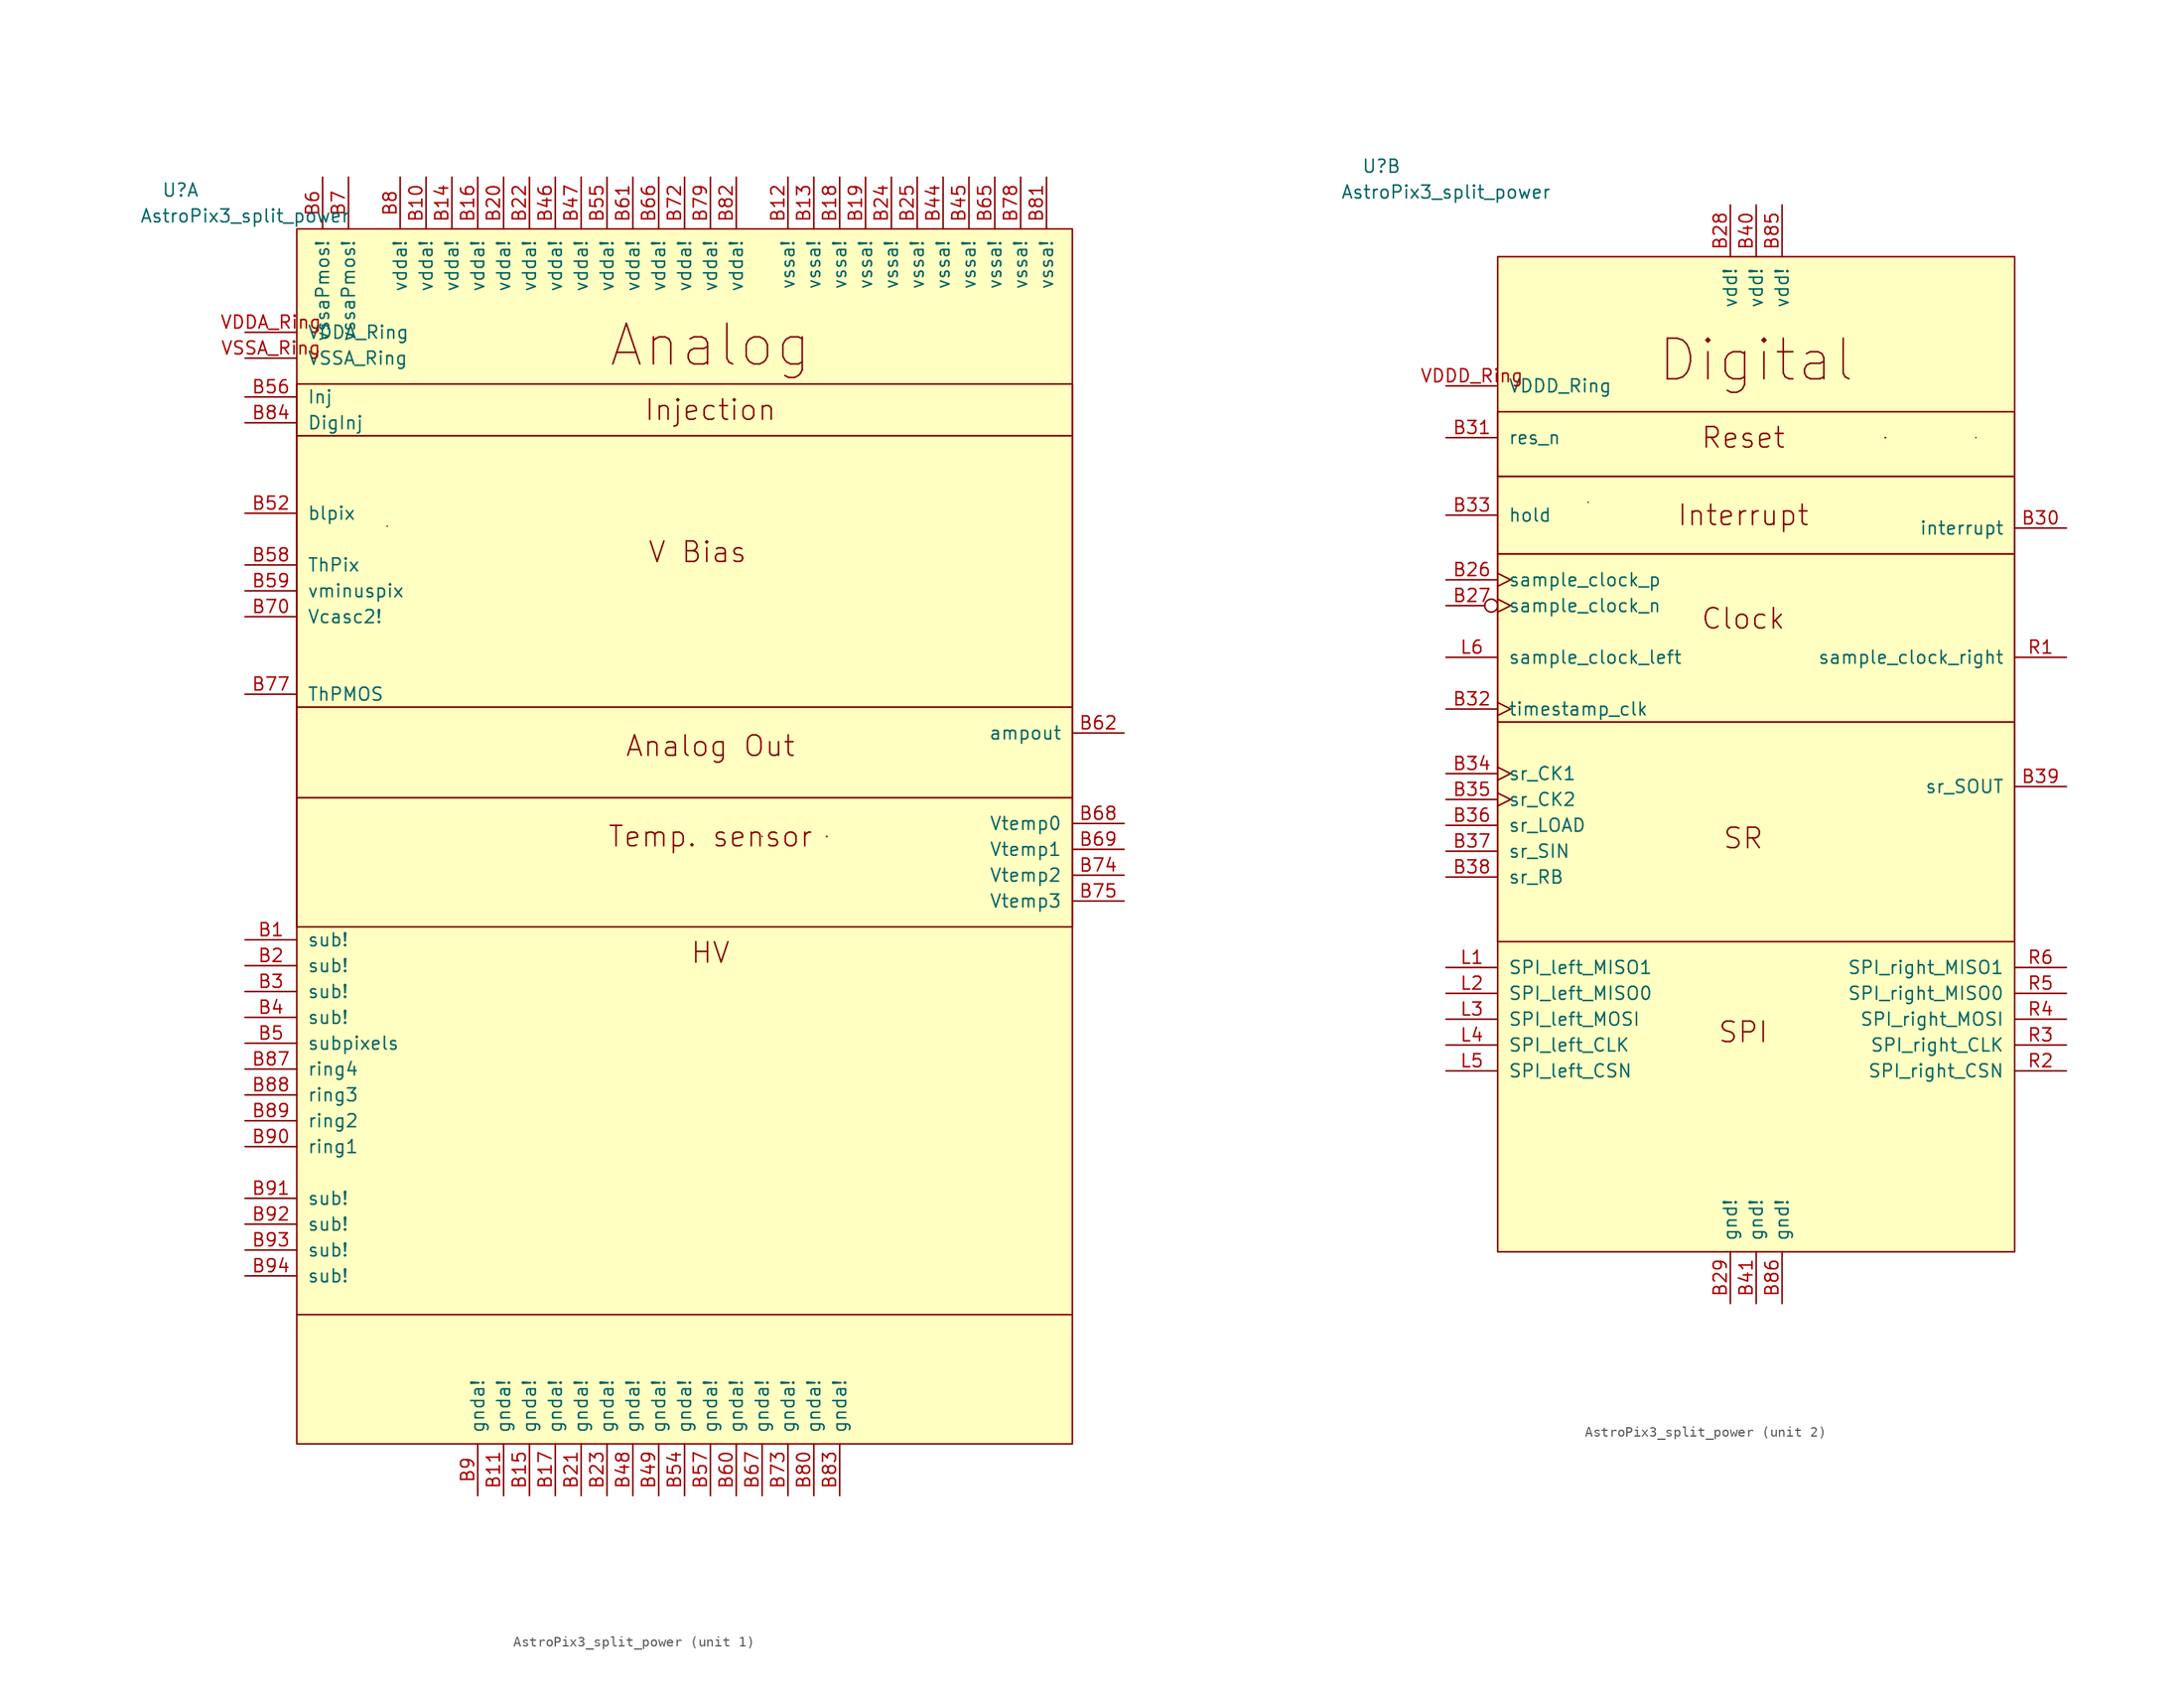
<source format=kicad_sym>
(kicad_symbol_lib
  (version 20220914)
  (generator kicad_symbol_editor)
  (symbol "AstroPix3_split_power"
    (pin_names
      (offset 1.016))
    (property "Reference" "U"
      (at -36.83 40.64 0)
      (effects (font (size 1.27 1.27))))
    (property "Value" "AstroPix3_split_power"
      (at -30.48 38.1 0)
      (effects (font (size 1.27 1.27))))
    (property "ki_locked" ""
      (at 0 0 0)
      (effects (font (size 1.27 1.27))))
    (symbol "AstroPix3_split_power_0_1"
      (polyline (pts (xy -16.51 7.62) (xy -16.51 7.62)) (stroke (width 0) (type default)) (fill (type none))))
    (symbol "AstroPix3_split_power_1_1"
      (rectangle (start -25.4 -19.05) (end 50.8 -31.75) (stroke (width 0) (type default)) (fill (type none)))
      (rectangle (start -25.4 -10.16) (end 50.8 -19.05) (stroke (width 0) (type default)) (fill (type none)))
      (rectangle (start -25.4 16.51) (end 50.8 -10.16) (stroke (width 0) (type default)) (fill (type none)))
      (rectangle (start -25.4 21.59) (end 50.8 16.51) (stroke (width 0) (type default)) (fill (type none)))
      (rectangle (start -25.4 36.83) (end 50.8 -82.55) (stroke (width 0) (type default)) (fill (type background)))
      (polyline (pts (xy -25.4 -69.85) (xy 50.8 -69.85)) (stroke (width 0) (type default)) (fill (type none)))
      (polyline (pts (xy 20.32 -22.86) (xy 20.32 -22.86)) (stroke (width 0) (type default)) (fill (type none)))
      (polyline (pts (xy 26.67 -22.86) (xy 26.67 -22.86)) (stroke (width 0) (type default)) (fill (type none)))
      (polyline (pts (xy 26.67 -22.86) (xy 26.67 -22.86)) (stroke (width 0) (type default)) (fill (type none)))
      (polyline (pts (xy 26.67 -22.86) (xy 26.67 -22.86)) (stroke (width 0) (type default)) (fill (type none)))
      (polyline (pts (xy 26.67 -22.86) (xy 26.67 -22.86)) (stroke (width 0) (type default)) (fill (type none)))
      (polyline (pts (xy 26.67 -22.86) (xy 26.67 -22.86)) (stroke (width 0) (type default)) (fill (type none)))
      (text "Analog" (at 15.24 25.4 0) (effects (font (size 3.988 3.988))))
      (text "Analog Out" (at 15.24 -13.97 0) (effects (font (size 2.007 2.007))))
      (text "HV" (at 15.24 -34.29 0) (effects (font (size 2.007 2.007))))
      (text "Injection" (at 15.24 19.05 0) (effects (font (size 2.007 2.007))))
      (text "Temp. sensor" (at 15.24 -22.86 0) (effects (font (size 2.007 2.007))))
      (text "V Bias" (at 13.97 5.08 0) (effects (font (size 2.007 2.007))))
      (pin power_in line (at -30.48 -33.02 0) (length 5.08) (name "sub!" (effects (font (size 1.27 1.27)))) (number "B1" (effects (font (size 1.27 1.27)))))
      (pin power_in line (at -12.7 41.91 270) (length 5.08) (name "vdda!" (effects (font (size 1.27 1.27)))) (number "B10" (effects (font (size 1.27 1.27)))))
      (pin power_in line (at -5.08 -87.63 90) (length 5.08) (name "gnda!" (effects (font (size 1.27 1.27)))) (number "B11" (effects (font (size 1.27 1.27)))))
      (pin power_in line (at 22.86 41.91 270) (length 5.08) (name "vssa!" (effects (font (size 1.27 1.27)))) (number "B12" (effects (font (size 1.27 1.27)))))
      (pin power_in line (at 25.4 41.91 270) (length 5.08) (name "vssa!" (effects (font (size 1.27 1.27)))) (number "B13" (effects (font (size 1.27 1.27)))))
      (pin power_in line (at -10.16 41.91 270) (length 5.08) (name "vdda!" (effects (font (size 1.27 1.27)))) (number "B14" (effects (font (size 1.27 1.27)))))
      (pin power_in line (at -2.54 -87.63 90) (length 5.08) (name "gnda!" (effects (font (size 1.27 1.27)))) (number "B15" (effects (font (size 1.27 1.27)))))
      (pin power_in line (at -7.62 41.91 270) (length 5.08) (name "vdda!" (effects (font (size 1.27 1.27)))) (number "B16" (effects (font (size 1.27 1.27)))))
      (pin power_in line (at 0 -87.63 90) (length 5.08) (name "gnda!" (effects (font (size 1.27 1.27)))) (number "B17" (effects (font (size 1.27 1.27)))))
      (pin power_in line (at 27.94 41.91 270) (length 5.08) (name "vssa!" (effects (font (size 1.27 1.27)))) (number "B18" (effects (font (size 1.27 1.27)))))
      (pin power_in line (at 30.48 41.91 270) (length 5.08) (name "vssa!" (effects (font (size 1.27 1.27)))) (number "B19" (effects (font (size 1.27 1.27)))))
      (pin power_in line (at -30.48 -35.56 0) (length 5.08) (name "sub!" (effects (font (size 1.27 1.27)))) (number "B2" (effects (font (size 1.27 1.27)))))
      (pin power_in line (at -5.08 41.91 270) (length 5.08) (name "vdda!" (effects (font (size 1.27 1.27)))) (number "B20" (effects (font (size 1.27 1.27)))))
      (pin power_in line (at 2.54 -87.63 90) (length 5.08) (name "gnda!" (effects (font (size 1.27 1.27)))) (number "B21" (effects (font (size 1.27 1.27)))))
      (pin power_in line (at -2.54 41.91 270) (length 5.08) (name "vdda!" (effects (font (size 1.27 1.27)))) (number "B22" (effects (font (size 1.27 1.27)))))
      (pin power_in line (at 5.08 -87.63 90) (length 5.08) (name "gnda!" (effects (font (size 1.27 1.27)))) (number "B23" (effects (font (size 1.27 1.27)))))
      (pin power_in line (at 33.02 41.91 270) (length 5.08) (name "vssa!" (effects (font (size 1.27 1.27)))) (number "B24" (effects (font (size 1.27 1.27)))))
      (pin power_in line (at 35.56 41.91 270) (length 5.08) (name "vssa!" (effects (font (size 1.27 1.27)))) (number "B25" (effects (font (size 1.27 1.27)))))
      (pin power_in line (at -30.48 -38.1 0) (length 5.08) (name "sub!" (effects (font (size 1.27 1.27)))) (number "B3" (effects (font (size 1.27 1.27)))))
      (pin power_in line (at -30.48 -40.64 0) (length 5.08) (name "sub!" (effects (font (size 1.27 1.27)))) (number "B4" (effects (font (size 1.27 1.27)))))
      (pin power_in line (at 38.1 41.91 270) (length 5.08) (name "vssa!" (effects (font (size 1.27 1.27)))) (number "B44" (effects (font (size 1.27 1.27)))))
      (pin power_in line (at 40.64 41.91 270) (length 5.08) (name "vssa!" (effects (font (size 1.27 1.27)))) (number "B45" (effects (font (size 1.27 1.27)))))
      (pin power_in line (at 0 41.91 270) (length 5.08) (name "vdda!" (effects (font (size 1.27 1.27)))) (number "B46" (effects (font (size 1.27 1.27)))))
      (pin power_in line (at 2.54 41.91 270) (length 5.08) (name "vdda!" (effects (font (size 1.27 1.27)))) (number "B47" (effects (font (size 1.27 1.27)))))
      (pin power_in line (at 7.62 -87.63 90) (length 5.08) (name "gnda!" (effects (font (size 1.27 1.27)))) (number "B48" (effects (font (size 1.27 1.27)))))
      (pin power_in line (at 10.16 -87.63 90) (length 5.08) (name "gnda!" (effects (font (size 1.27 1.27)))) (number "B49" (effects (font (size 1.27 1.27)))))
      (pin power_in line (at -30.48 -43.18 0) (length 5.08) (name "subpixels" (effects (font (size 1.27 1.27)))) (number "B5" (effects (font (size 1.27 1.27)))))
      (pin input line (at -30.48 8.89 0) (length 5.08) (name "blpix" (effects (font (size 1.27 1.27)))) (number "B52" (effects (font (size 1.27 1.27)))))
      (pin power_in line (at 12.7 -87.63 90) (length 5.08) (name "gnda!" (effects (font (size 1.27 1.27)))) (number "B54" (effects (font (size 1.27 1.27)))))
      (pin power_in line (at 5.08 41.91 270) (length 5.08) (name "vdda!" (effects (font (size 1.27 1.27)))) (number "B55" (effects (font (size 1.27 1.27)))))
      (pin input line (at -30.48 20.32 0) (length 5.08) (name "Inj" (effects (font (size 1.27 1.27)))) (number "B56" (effects (font (size 1.27 1.27)))))
      (pin power_in line (at 15.24 -87.63 90) (length 5.08) (name "gnda!" (effects (font (size 1.27 1.27)))) (number "B57" (effects (font (size 1.27 1.27)))))
      (pin input line (at -30.48 3.81 0) (length 5.08) (name "ThPix" (effects (font (size 1.27 1.27)))) (number "B58" (effects (font (size 1.27 1.27)))))
      (pin input line (at -30.48 1.27 0) (length 5.08) (name "vminuspix" (effects (font (size 1.27 1.27)))) (number "B59" (effects (font (size 1.27 1.27)))))
      (pin power_in line (at -22.86 41.91 270) (length 5.08) (name "vssaPmos!" (effects (font (size 1.27 1.27)))) (number "B6" (effects (font (size 1.27 1.27)))))
      (pin power_in line (at 17.78 -87.63 90) (length 5.08) (name "gnda!" (effects (font (size 1.27 1.27)))) (number "B60" (effects (font (size 1.27 1.27)))))
      (pin power_in line (at 7.62 41.91 270) (length 5.08) (name "vdda!" (effects (font (size 1.27 1.27)))) (number "B61" (effects (font (size 1.27 1.27)))))
      (pin output line (at 55.88 -12.7 180) (length 5.08) (name "ampout" (effects (font (size 1.27 1.27)))) (number "B62" (effects (font (size 1.27 1.27)))))
      (pin power_in line (at 43.18 41.91 270) (length 5.08) (name "vssa!" (effects (font (size 1.27 1.27)))) (number "B65" (effects (font (size 1.27 1.27)))))
      (pin power_in line (at 10.16 41.91 270) (length 5.08) (name "vdda!" (effects (font (size 1.27 1.27)))) (number "B66" (effects (font (size 1.27 1.27)))))
      (pin power_in line (at 20.32 -87.63 90) (length 5.08) (name "gnda!" (effects (font (size 1.27 1.27)))) (number "B67" (effects (font (size 1.27 1.27)))))
      (pin output line (at 55.88 -21.59 180) (length 5.08) (name "Vtemp0" (effects (font (size 1.27 1.27)))) (number "B68" (effects (font (size 1.27 1.27)))))
      (pin output line (at 55.88 -24.13 180) (length 5.08) (name "Vtemp1" (effects (font (size 1.27 1.27)))) (number "B69" (effects (font (size 1.27 1.27)))))
      (pin power_in line (at -20.32 41.91 270) (length 5.08) (name "vssaPmos!" (effects (font (size 1.27 1.27)))) (number "B7" (effects (font (size 1.27 1.27)))))
      (pin input line (at -30.48 -1.27 0) (length 5.08) (name "Vcasc2!" (effects (font (size 1.27 1.27)))) (number "B70" (effects (font (size 1.27 1.27)))))
      (pin power_in line (at 12.7 41.91 270) (length 5.08) (name "vdda!" (effects (font (size 1.27 1.27)))) (number "B72" (effects (font (size 1.27 1.27)))))
      (pin power_in line (at 22.86 -87.63 90) (length 5.08) (name "gnda!" (effects (font (size 1.27 1.27)))) (number "B73" (effects (font (size 1.27 1.27)))))
      (pin output line (at 55.88 -26.67 180) (length 5.08) (name "Vtemp2" (effects (font (size 1.27 1.27)))) (number "B74" (effects (font (size 1.27 1.27)))))
      (pin output line (at 55.88 -29.21 180) (length 5.08) (name "Vtemp3" (effects (font (size 1.27 1.27)))) (number "B75" (effects (font (size 1.27 1.27)))))
      (pin input line (at -30.48 -8.89 0) (length 5.08) (name "ThPMOS" (effects (font (size 1.27 1.27)))) (number "B77" (effects (font (size 1.27 1.27)))))
      (pin power_in line (at 45.72 41.91 270) (length 5.08) (name "vssa!" (effects (font (size 1.27 1.27)))) (number "B78" (effects (font (size 1.27 1.27)))))
      (pin power_in line (at 15.24 41.91 270) (length 5.08) (name "vdda!" (effects (font (size 1.27 1.27)))) (number "B79" (effects (font (size 1.27 1.27)))))
      (pin power_in line (at -15.24 41.91 270) (length 5.08) (name "vdda!" (effects (font (size 1.27 1.27)))) (number "B8" (effects (font (size 1.27 1.27)))))
      (pin power_in line (at 25.4 -87.63 90) (length 5.08) (name "gnda!" (effects (font (size 1.27 1.27)))) (number "B80" (effects (font (size 1.27 1.27)))))
      (pin power_in line (at 48.26 41.91 270) (length 5.08) (name "vssa!" (effects (font (size 1.27 1.27)))) (number "B81" (effects (font (size 1.27 1.27)))))
      (pin power_in line (at 17.78 41.91 270) (length 5.08) (name "vdda!" (effects (font (size 1.27 1.27)))) (number "B82" (effects (font (size 1.27 1.27)))))
      (pin power_in line (at 27.94 -87.63 90) (length 5.08) (name "gnda!" (effects (font (size 1.27 1.27)))) (number "B83" (effects (font (size 1.27 1.27)))))
      (pin input line (at -30.48 17.78 0) (length 5.08) (name "DigInj" (effects (font (size 1.27 1.27)))) (number "B84" (effects (font (size 1.27 1.27)))))
      (pin input line (at -30.48 -45.72 0) (length 5.08) (name "ring4" (effects (font (size 1.27 1.27)))) (number "B87" (effects (font (size 1.27 1.27)))))
      (pin input line (at -30.48 -48.26 0) (length 5.08) (name "ring3" (effects (font (size 1.27 1.27)))) (number "B88" (effects (font (size 1.27 1.27)))))
      (pin input line (at -30.48 -50.8 0) (length 5.08) (name "ring2" (effects (font (size 1.27 1.27)))) (number "B89" (effects (font (size 1.27 1.27)))))
      (pin power_in line (at -7.62 -87.63 90) (length 5.08) (name "gnda!" (effects (font (size 1.27 1.27)))) (number "B9" (effects (font (size 1.27 1.27)))))
      (pin input line (at -30.48 -53.34 0) (length 5.08) (name "ring1" (effects (font (size 1.27 1.27)))) (number "B90" (effects (font (size 1.27 1.27)))))
      (pin power_in line (at -30.48 -58.42 0) (length 5.08) (name "sub!" (effects (font (size 1.27 1.27)))) (number "B91" (effects (font (size 1.27 1.27)))))
      (pin power_in line (at -30.48 -60.96 0) (length 5.08) (name "sub!" (effects (font (size 1.27 1.27)))) (number "B92" (effects (font (size 1.27 1.27)))))
      (pin power_in line (at -30.48 -63.5 0) (length 5.08) (name "sub!" (effects (font (size 1.27 1.27)))) (number "B93" (effects (font (size 1.27 1.27)))))
      (pin power_in line (at -30.48 -66.04 0) (length 5.08) (name "sub!" (effects (font (size 1.27 1.27)))) (number "B94" (effects (font (size 1.27 1.27)))))
      (pin power_in line (at -30.48 26.67 0) (length 5.08) (name "VDDA_Ring" (effects (font (size 1.27 1.27)))) (number "VDDA_Ring" (effects (font (size 1.27 1.27)))))
      (pin power_in line (at -30.48 24.13 0) (length 5.08) (name "VSSA_Ring" (effects (font (size 1.27 1.27)))) (number "VSSA_Ring" (effects (font (size 1.27 1.27))))))
    (symbol "AstroPix3_split_power_2_1"
      (rectangle (start -25.4 -13.97) (end 25.4 -35.56) (stroke (width 0) (type default)) (fill (type none)))
      (rectangle (start -25.4 2.54) (end 25.4 -13.97) (stroke (width 0) (type default)) (fill (type none)))
      (rectangle (start -25.4 2.54) (end 25.4 10.16) (stroke (width 0) (type default)) (fill (type none)))
      (rectangle (start -25.4 16.51) (end 25.4 10.16) (stroke (width 0) (type default)) (fill (type none)))
      (rectangle (start -25.4 31.75) (end 25.4 -66.04) (stroke (width 0) (type default)) (fill (type background)))
      (polyline (pts (xy 12.7 13.97) (xy 12.7 13.97)) (stroke (width 0) (type default)) (fill (type none)))
      (polyline (pts (xy 12.7 13.97) (xy 12.7 13.97)) (stroke (width 0) (type default)) (fill (type none)))
      (polyline (pts (xy 12.7 13.97) (xy 12.7 13.97)) (stroke (width 0) (type default)) (fill (type none)))
      (polyline (pts (xy 12.7 13.97) (xy 12.7 13.97)) (stroke (width 0) (type default)) (fill (type none)))
      (polyline (pts (xy 12.7 13.97) (xy 12.7 13.97)) (stroke (width 0) (type default)) (fill (type none)))
      (polyline (pts (xy 21.59 13.97) (xy 21.59 13.97)) (stroke (width 0) (type default)) (fill (type none)))
      (text "Clock" (at -1.27 -3.81 0) (effects (font (size 2.007 2.007))))
      (text "Digital" (at 0 21.59 0) (effects (font (size 3.988 3.988))))
      (text "Interrupt" (at -1.27 6.35 0) (effects (font (size 2.007 2.007))))
      (text "Reset" (at -1.27 13.97 0) (effects (font (size 2.007 2.007))))
      (text "SPI" (at -1.27 -44.45 0) (effects (font (size 2.007 2.007))))
      (text "SR" (at -1.27 -25.4 0) (effects (font (size 2.007 2.007))))
      (pin input clock (at -30.48 0 0) (length 5.08) (name "sample_clock_p" (effects (font (size 1.27 1.27)))) (number "B26" (effects (font (size 1.27 1.27)))))
      (pin input inverted_clock (at -30.48 -2.54 0) (length 5.08) (name "sample_clock_n" (effects (font (size 1.27 1.27)))) (number "B27" (effects (font (size 1.27 1.27)))))
      (pin power_in line (at -2.54 36.83 270) (length 5.08) (name "vdd!" (effects (font (size 1.27 1.27)))) (number "B28" (effects (font (size 1.27 1.27)))))
      (pin power_in line (at -2.54 -71.12 90) (length 5.08) (name "gnd!" (effects (font (size 1.27 1.27)))) (number "B29" (effects (font (size 1.27 1.27)))))
      (pin open_collector line (at 30.48 5.08 180) (length 5.08) (name "interrupt" (effects (font (size 1.27 1.27)))) (number "B30" (effects (font (size 1.27 1.27)))))
      (pin input line (at -30.48 13.97 0) (length 5.08) (name "res_n" (effects (font (size 1.27 1.27)))) (number "B31" (effects (font (size 1.27 1.27)))))
      (pin input clock (at -30.48 -12.7 0) (length 5.08) (name "timestamp_clk" (effects (font (size 1.27 1.27)))) (number "B32" (effects (font (size 1.27 1.27)))))
      (pin input line (at -30.48 6.35 0) (length 5.08) (name "hold" (effects (font (size 1.27 1.27)))) (number "B33" (effects (font (size 1.27 1.27)))))
      (pin input clock (at -30.48 -19.05 0) (length 5.08) (name "sr_CK1" (effects (font (size 1.27 1.27)))) (number "B34" (effects (font (size 1.27 1.27)))))
      (pin input clock (at -30.48 -21.59 0) (length 5.08) (name "sr_CK2" (effects (font (size 1.27 1.27)))) (number "B35" (effects (font (size 1.27 1.27)))))
      (pin input line (at -30.48 -24.13 0) (length 5.08) (name "sr_LOAD" (effects (font (size 1.27 1.27)))) (number "B36" (effects (font (size 1.27 1.27)))))
      (pin input line (at -30.48 -26.67 0) (length 5.08) (name "sr_SIN" (effects (font (size 1.27 1.27)))) (number "B37" (effects (font (size 1.27 1.27)))))
      (pin input line (at -30.48 -29.21 0) (length 5.08) (name "sr_RB" (effects (font (size 1.27 1.27)))) (number "B38" (effects (font (size 1.27 1.27)))))
      (pin output line (at 30.48 -20.32 180) (length 5.08) (name "sr_SOUT" (effects (font (size 1.27 1.27)))) (number "B39" (effects (font (size 1.27 1.27)))))
      (pin power_in line (at 0 36.83 270) (length 5.08) (name "vdd!" (effects (font (size 1.27 1.27)))) (number "B40" (effects (font (size 1.27 1.27)))))
      (pin power_in line (at 0 -71.12 90) (length 5.08) (name "gnd!" (effects (font (size 1.27 1.27)))) (number "B41" (effects (font (size 1.27 1.27)))))
      (pin power_in line (at 2.54 36.83 270) (length 5.08) (name "vdd!" (effects (font (size 1.27 1.27)))) (number "B85" (effects (font (size 1.27 1.27)))))
      (pin power_in line (at 2.54 -71.12 90) (length 5.08) (name "gnd!" (effects (font (size 1.27 1.27)))) (number "B86" (effects (font (size 1.27 1.27)))))
      (pin output line (at -30.48 -38.1 0) (length 5.08) (name "SPI_left_MISO1" (effects (font (size 1.27 1.27)))) (number "L1" (effects (font (size 1.27 1.27)))))
      (pin output line (at -30.48 -40.64 0) (length 5.08) (name "SPI_left_MISO0" (effects (font (size 1.27 1.27)))) (number "L2" (effects (font (size 1.27 1.27)))))
      (pin input line (at -30.48 -43.18 0) (length 5.08) (name "SPI_left_MOSI" (effects (font (size 1.27 1.27)))) (number "L3" (effects (font (size 1.27 1.27)))))
      (pin input line (at -30.48 -45.72 0) (length 5.08) (name "SPI_left_CLK" (effects (font (size 1.27 1.27)))) (number "L4" (effects (font (size 1.27 1.27)))))
      (pin output line (at -30.48 -48.26 0) (length 5.08) (name "SPI_left_CSN" (effects (font (size 1.27 1.27)))) (number "L5" (effects (font (size 1.27 1.27)))))
      (pin input line (at -30.48 -7.62 0) (length 5.08) (name "sample_clock_left" (effects (font (size 1.27 1.27)))) (number "L6" (effects (font (size 1.27 1.27)))))
      (pin output line (at 30.48 -7.62 180) (length 5.08) (name "sample_clock_right" (effects (font (size 1.27 1.27)))) (number "R1" (effects (font (size 1.27 1.27)))))
      (pin input line (at 30.48 -48.26 180) (length 5.08) (name "SPI_right_CSN" (effects (font (size 1.27 1.27)))) (number "R2" (effects (font (size 1.27 1.27)))))
      (pin output line (at 30.48 -45.72 180) (length 5.08) (name "SPI_right_CLK" (effects (font (size 1.27 1.27)))) (number "R3" (effects (font (size 1.27 1.27)))))
      (pin output line (at 30.48 -43.18 180) (length 5.08) (name "SPI_right_MOSI" (effects (font (size 1.27 1.27)))) (number "R4" (effects (font (size 1.27 1.27)))))
      (pin input line (at 30.48 -40.64 180) (length 5.08) (name "SPI_right_MISO0" (effects (font (size 1.27 1.27)))) (number "R5" (effects (font (size 1.27 1.27)))))
      (pin input line (at 30.48 -38.1 180) (length 5.08) (name "SPI_right_MISO1" (effects (font (size 1.27 1.27)))) (number "R6" (effects (font (size 1.27 1.27)))))
      (pin power_in line (at -30.48 19.05 0) (length 5.08) (name "VDDD_Ring" (effects (font (size 1.27 1.27)))) (number "VDDD_Ring" (effects (font (size 1.27 1.27))))))))
</source>
